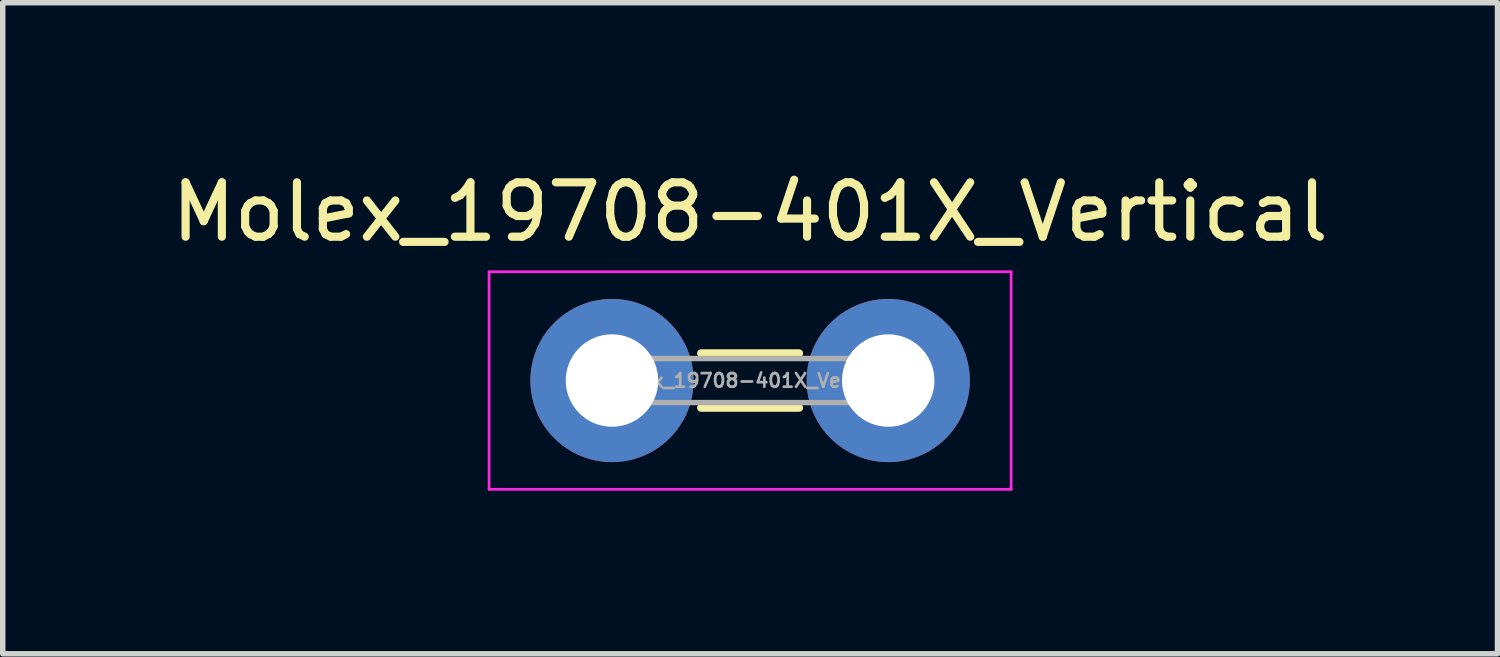
<source format=kicad_pcb>
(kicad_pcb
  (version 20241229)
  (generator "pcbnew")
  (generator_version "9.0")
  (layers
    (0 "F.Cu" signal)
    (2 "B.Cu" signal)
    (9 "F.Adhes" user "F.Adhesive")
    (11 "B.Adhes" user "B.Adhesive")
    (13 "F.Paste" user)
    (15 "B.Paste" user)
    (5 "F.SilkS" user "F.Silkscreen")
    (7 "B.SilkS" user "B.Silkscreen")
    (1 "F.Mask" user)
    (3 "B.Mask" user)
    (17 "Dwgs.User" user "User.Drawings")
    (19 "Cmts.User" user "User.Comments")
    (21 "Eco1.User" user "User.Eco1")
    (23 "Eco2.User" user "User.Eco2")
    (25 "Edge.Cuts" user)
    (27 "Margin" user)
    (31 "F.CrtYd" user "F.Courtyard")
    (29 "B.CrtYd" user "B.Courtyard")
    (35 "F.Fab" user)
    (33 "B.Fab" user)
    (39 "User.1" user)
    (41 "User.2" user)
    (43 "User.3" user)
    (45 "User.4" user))
  (footprint "Molex_19708-401X_Vertical"
    (layer "F.Cu")
    (at 8.204 3.948)
    (property "Reference" "Molex_19708-401X_Vertical" (at 2.54 -3.1 0) (layer "F.SilkS") (effects (font (size 1 1) (thickness 0.15))))
    (attr through_hole)
    (fp_line (start 1.64 -0.5) (end 3.44 -0.5) (stroke (width 0.15) (type solid)) (layer "F.SilkS"))
    (fp_line (start 1.64 0.5) (end 3.44 0.5) (stroke (width 0.15) (type solid)) (layer "F.SilkS"))
    (fp_line (start -2.26 -2) (end -2.26 2) (stroke (width 0.05) (type solid)) (layer "F.CrtYd"))
    (fp_line (start -2.26 2) (end 7.34 2) (stroke (width 0.05) (type solid)) (layer "F.CrtYd"))
    (fp_line (start 7.34 -2) (end -2.26 -2) (stroke (width 0.05) (type solid)) (layer "F.CrtYd"))
    (fp_line (start 7.34 2) (end 7.34 -2) (stroke (width 0.05) (type solid)) (layer "F.CrtYd"))
    (fp_line (start -0.61 -0.405) (end -0.61 0.405) (stroke (width 0.1) (type solid)) (layer "F.Fab"))
    (fp_line (start -0.61 0.405) (end 5.69 0.405) (stroke (width 0.1) (type solid)) (layer "F.Fab"))
    (fp_line (start 5.69 -0.405) (end -0.61 -0.405) (stroke (width 0.1) (type solid)) (layer "F.Fab"))
    (fp_line (start 5.69 0.405) (end 5.69 -0.405) (stroke (width 0.1) (type solid)) (layer "F.Fab"))
    (fp_text user "${REFERENCE}" (at 2.54 0 0) (layer "F.Fab") (effects (font (size 0.25 0.25) (thickness 0.05))))
    (pad "1" thru_hole circle (at 0 0) (size 3 3) (drill 1.7) (layers "*.Cu" "*.Mask"))
    (pad "1" thru_hole circle (at 5.08 0) (size 3 3) (drill 1.7) (layers "*.Cu" "*.Mask")))
  (gr_rect
    (start -3 -3)
    (end 24.488 8.973)
    (stroke (width 0.1) (type default))
    (fill no)
    (layer "Edge.Cuts")))
</source>
